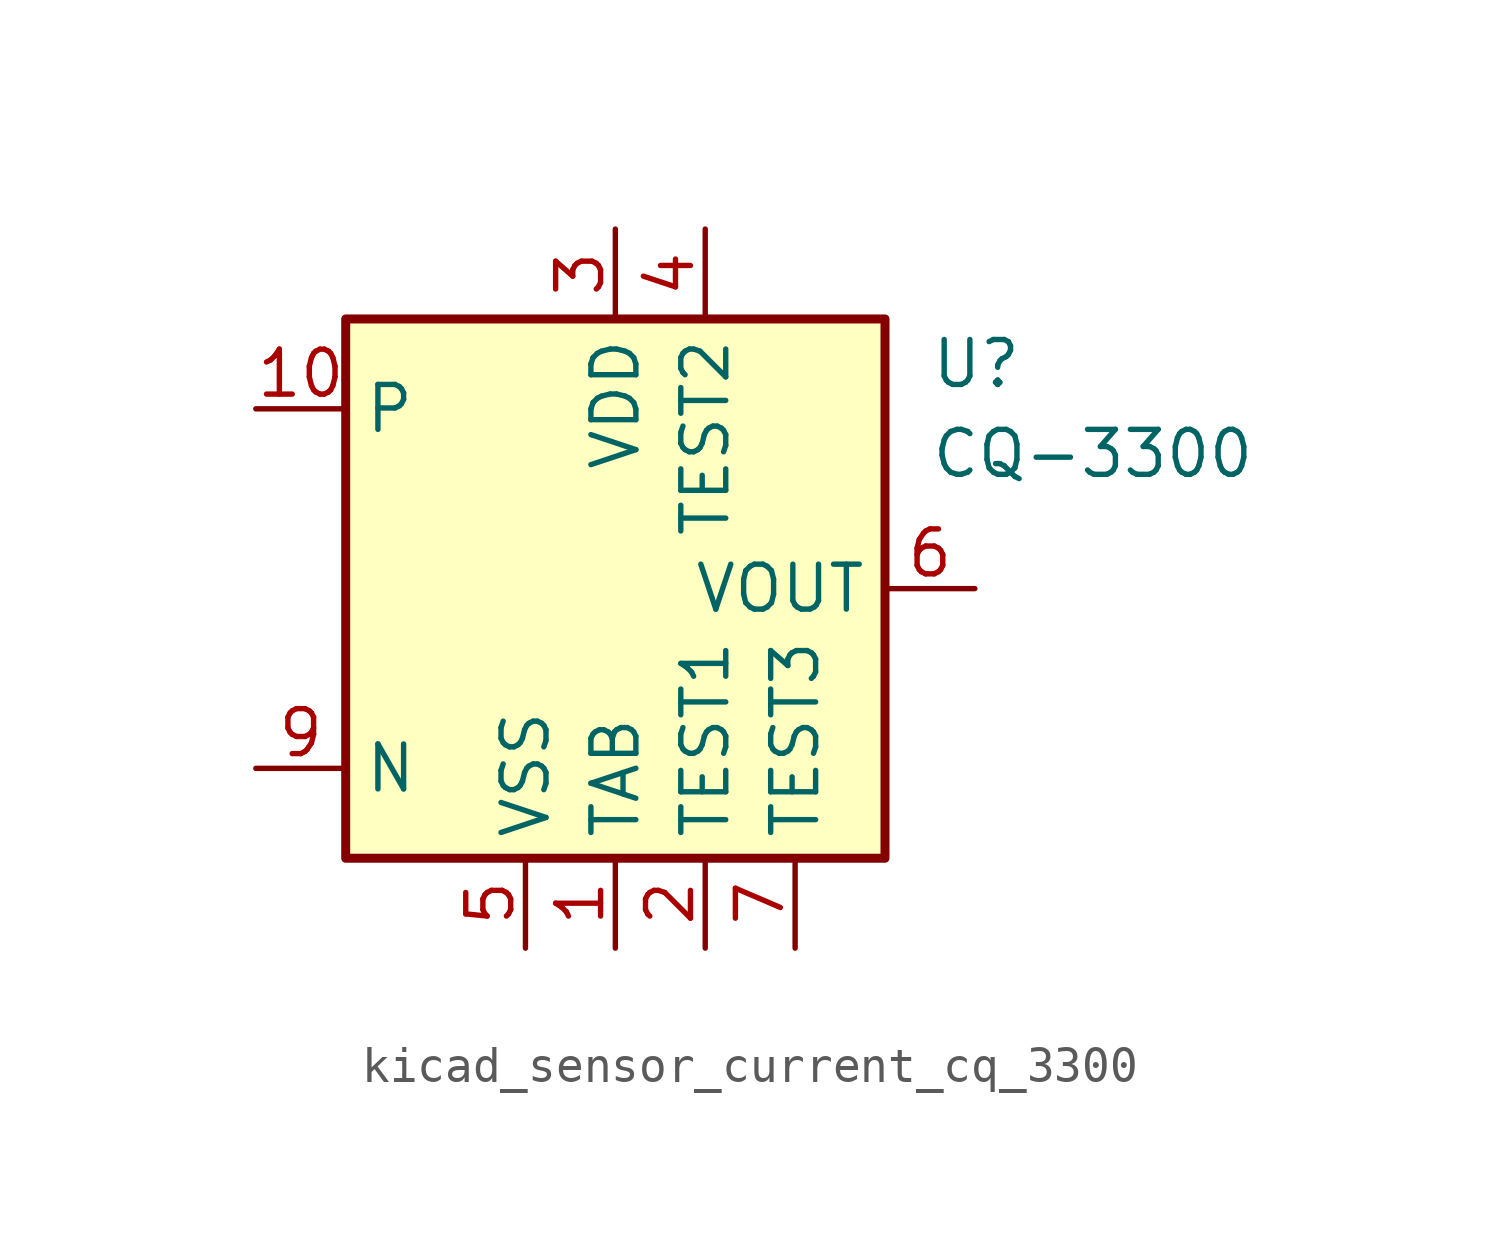
<source format=kicad_sym>
(kicad_symbol_lib
  (version 20220914)
  (generator kicad_symbol_editor)
  (symbol "kicad_sensor_current_cq_3300"
    (property "Reference" "U"
      (at 8.89 6.35 0)
      (effects (font (size 1.27 1.27)) (justify left)))
    (property "Value" "CQ-3300"
      (at 8.89 3.81 0)
      (effects (font (size 1.27 1.27)) (justify left)))
    (symbol "kicad_sensor_current_cq_3300_0_1"
      (rectangle (start -7.62 7.62) (end 7.62 -7.62) (stroke (width 0.254) (type default)) (fill (type background))))
    (symbol "kicad_sensor_current_cq_3300_1_1"
      (pin power_in line (at 0 -10.16 90) (length 2.54) (name "TAB" (effects (font (size 1.27 1.27)))) (number "1" (effects (font (size 1.27 1.27)))))
      (pin passive line (at -10.16 5.08 0) (length 2.54) (name "P" (effects (font (size 1.27 1.27)))) (number "10" (effects (font (size 1.27 1.27)))))
      (pin power_in line (at 2.54 -10.16 90) (length 2.54) (name "TEST1" (effects (font (size 1.27 1.27)))) (number "2" (effects (font (size 1.27 1.27)))))
      (pin power_in line (at 0 10.16 270) (length 2.54) (name "VDD" (effects (font (size 1.27 1.27)))) (number "3" (effects (font (size 1.27 1.27)))))
      (pin power_in line (at 2.54 10.16 270) (length 2.54) (name "TEST2" (effects (font (size 1.27 1.27)))) (number "4" (effects (font (size 1.27 1.27)))))
      (pin power_in line (at -2.54 -10.16 90) (length 2.54) (name "VSS" (effects (font (size 1.27 1.27)))) (number "5" (effects (font (size 1.27 1.27)))))
      (pin output line (at 10.16 0 180) (length 2.54) (name "VOUT" (effects (font (size 1.27 1.27)))) (number "6" (effects (font (size 1.27 1.27)))))
      (pin power_in line (at 5.08 -10.16 90) (length 2.54) (name "TEST3" (effects (font (size 1.27 1.27)))) (number "7" (effects (font (size 1.27 1.27)))))
      (pin passive line (at 0 -10.16 90) (length 2.54) hide (name "TAB" (effects (font (size 1.27 1.27)))) (number "8" (effects (font (size 1.27 1.27)))))
      (pin passive line (at -10.16 -5.08 0) (length 2.54) (name "N" (effects (font (size 1.27 1.27)))) (number "9" (effects (font (size 1.27 1.27))))))))
</source>
